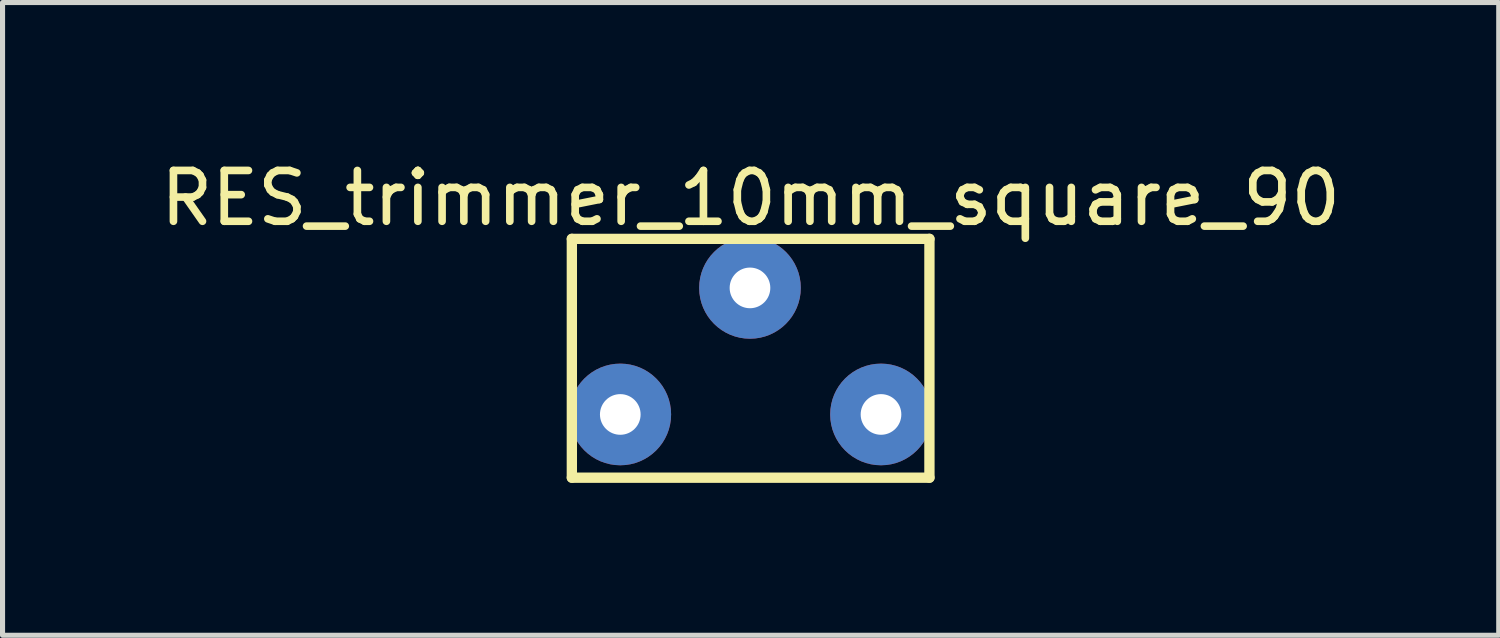
<source format=kicad_pcb>
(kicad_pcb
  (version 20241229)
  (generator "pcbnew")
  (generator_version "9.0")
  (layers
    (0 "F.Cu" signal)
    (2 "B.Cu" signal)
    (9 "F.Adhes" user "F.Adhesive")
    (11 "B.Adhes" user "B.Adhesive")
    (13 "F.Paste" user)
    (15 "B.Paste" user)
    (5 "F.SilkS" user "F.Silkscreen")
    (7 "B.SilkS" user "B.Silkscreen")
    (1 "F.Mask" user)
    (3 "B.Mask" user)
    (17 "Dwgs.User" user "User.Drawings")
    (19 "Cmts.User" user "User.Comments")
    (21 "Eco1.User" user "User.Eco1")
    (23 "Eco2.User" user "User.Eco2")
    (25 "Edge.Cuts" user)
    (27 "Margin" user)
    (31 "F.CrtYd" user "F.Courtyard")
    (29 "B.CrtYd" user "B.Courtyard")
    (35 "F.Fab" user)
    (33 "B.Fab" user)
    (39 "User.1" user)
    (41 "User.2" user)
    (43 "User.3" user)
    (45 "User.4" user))
  (footprint "RES_trimmer_10mm_square_90"
    (layer "F.Cu")
    (at 11.72 3.86)
    (property "Reference" "RES_trimmer_10mm_square_90" (at 0 -3.011 0) (layer "F.SilkS") (effects (font (size 1 1) (thickness 0.15))))
    (fp_line (start -3.518 -2.21) (end 3.518 -2.21) (stroke (width 0.203) (type solid)) (layer "F.SilkS"))
    (fp_line (start -3.518 2.489) (end -3.518 -2.21) (stroke (width 0.203) (type solid)) (layer "F.SilkS"))
    (fp_line (start -3.518 2.489) (end 3.518 2.489) (stroke (width 0.203) (type solid)) (layer "F.SilkS"))
    (fp_line (start 3.518 2.489) (end 3.518 -2.21) (stroke (width 0.203) (type solid)) (layer "F.SilkS"))
    (pad "1" thru_hole circle (at -2.565 1.245) (size 2 2) (drill 0.8) (layers "*.Cu" "*.Mask"))
    (pad "2" thru_hole circle (at -0.013 -1.245) (size 2 2) (drill 0.8) (layers "*.Cu" "*.Mask"))
    (pad "3" thru_hole circle (at 2.565 1.245) (size 2 2) (drill 0.8) (layers "*.Cu" "*.Mask")))
  (gr_rect
    (start -3 -3)
    (end 26.44 9.45)
    (stroke (width 0.1) (type default))
    (fill no)
    (layer "Edge.Cuts")))
</source>
